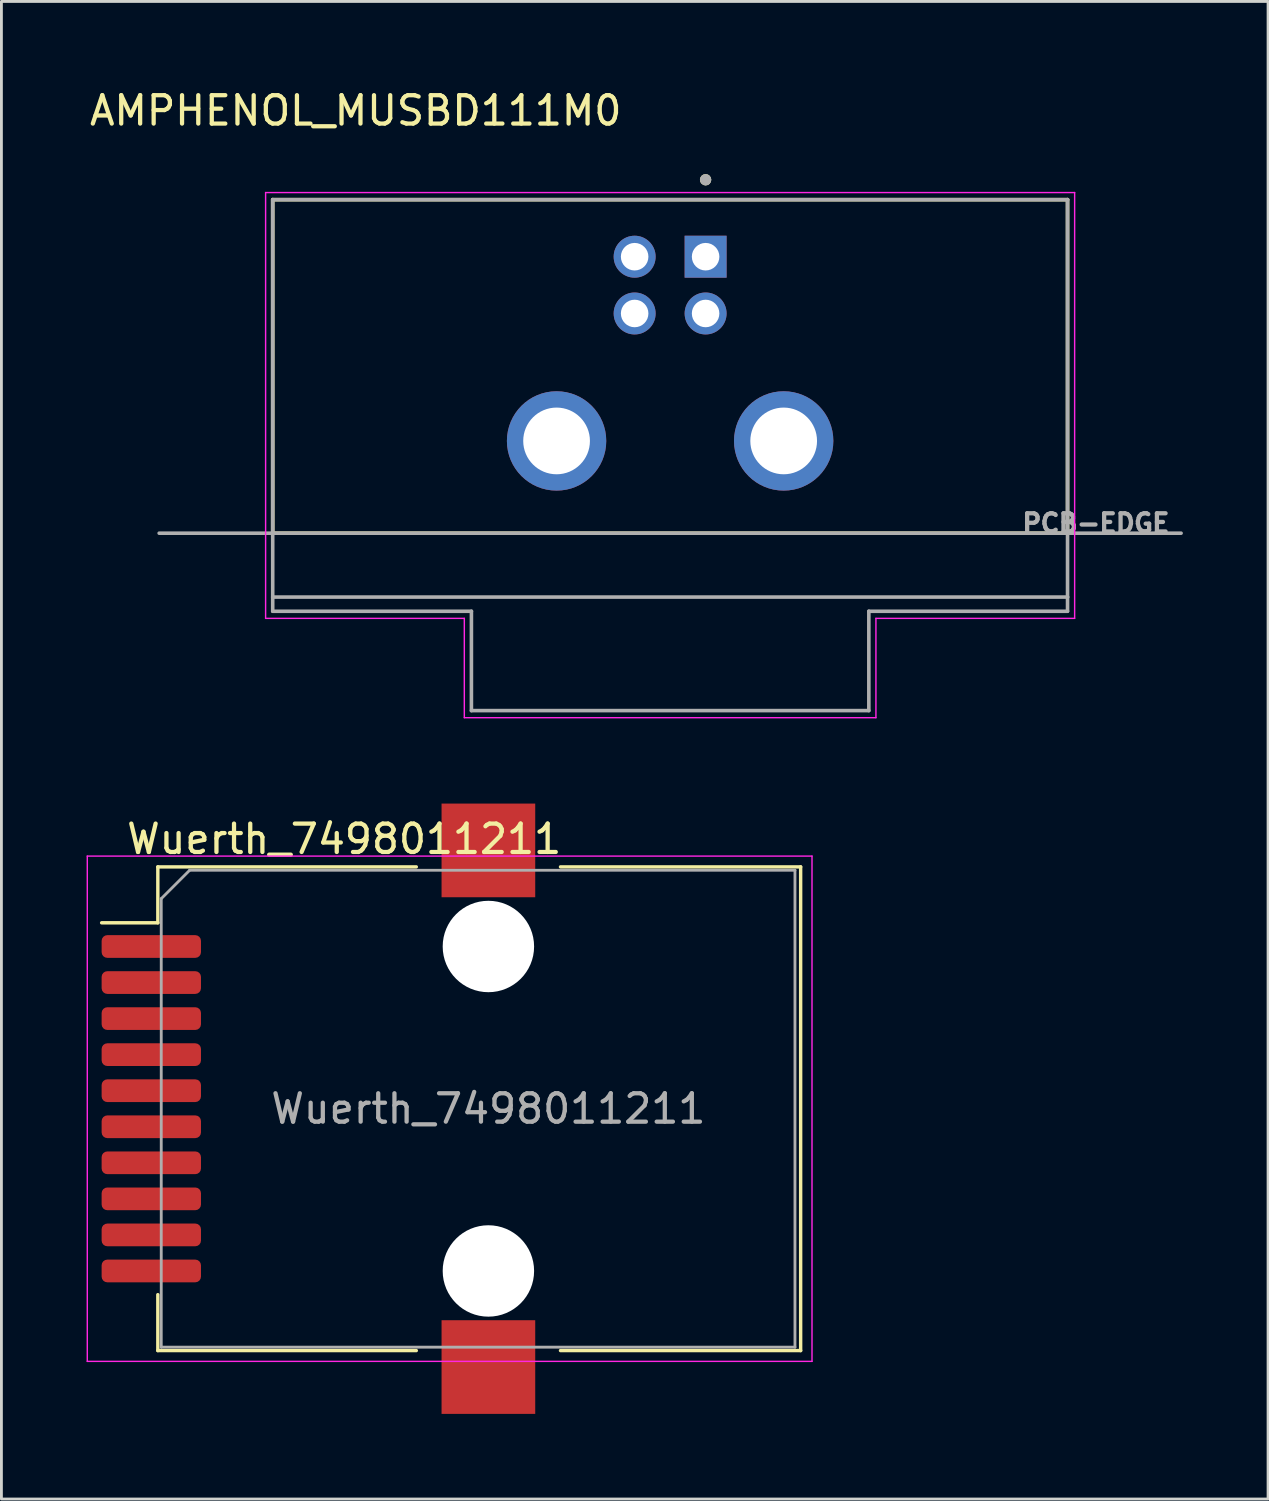
<source format=kicad_pcb>
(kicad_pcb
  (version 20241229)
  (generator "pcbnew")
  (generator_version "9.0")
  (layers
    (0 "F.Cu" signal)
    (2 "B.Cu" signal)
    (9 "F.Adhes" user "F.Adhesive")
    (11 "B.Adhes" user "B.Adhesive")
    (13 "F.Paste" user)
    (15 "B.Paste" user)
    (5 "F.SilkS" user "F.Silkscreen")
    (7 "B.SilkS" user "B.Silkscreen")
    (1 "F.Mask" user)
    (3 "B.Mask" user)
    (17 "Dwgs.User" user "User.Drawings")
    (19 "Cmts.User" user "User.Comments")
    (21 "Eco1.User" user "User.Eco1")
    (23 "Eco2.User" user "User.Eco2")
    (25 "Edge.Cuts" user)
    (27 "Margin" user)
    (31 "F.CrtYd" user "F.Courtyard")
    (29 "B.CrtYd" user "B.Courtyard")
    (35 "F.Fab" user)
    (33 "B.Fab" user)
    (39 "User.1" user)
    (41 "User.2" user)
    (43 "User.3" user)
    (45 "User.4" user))
  (footprint "Wuerth_7498011211"
    (layer "F.Cu")
    (at 14.155 36.008)
    (property "Reference" "Wuerth_7498011211" (at -5.08 -9.5 0) (layer "F.SilkS") (effects (font (size 1 1) (thickness 0.15))))
    (attr smd)
    (fp_line (start -11.645 -8.52) (end -2.54 -8.52) (stroke (width 0.12) (type solid)) (layer "F.SilkS"))
    (fp_line (start -11.645 -6.55) (end -13.625 -6.55) (stroke (width 0.12) (type solid)) (layer "F.SilkS"))
    (fp_line (start -11.645 -6.55) (end -11.645 -8.52) (stroke (width 0.12) (type solid)) (layer "F.SilkS"))
    (fp_line (start -11.645 6.55) (end -11.645 8.52) (stroke (width 0.12) (type solid)) (layer "F.SilkS"))
    (fp_line (start -11.645 8.52) (end -2.54 8.52) (stroke (width 0.12) (type solid)) (layer "F.SilkS"))
    (fp_line (start 2.54 -8.52) (end 11 -8.52) (stroke (width 0.12) (type solid)) (layer "F.SilkS"))
    (fp_line (start 2.54 8.52) (end 11 8.52) (stroke (width 0.12) (type solid)) (layer "F.SilkS"))
    (fp_line (start 11 -8.52) (end 11 8.52) (stroke (width 0.12) (type solid)) (layer "F.SilkS"))
    (fp_line (start -14.13 -8.9) (end -14.13 8.9) (stroke (width 0.05) (type solid)) (layer "F.CrtYd"))
    (fp_line (start 11.4 -8.9) (end -14.13 -8.9) (stroke (width 0.05) (type solid)) (layer "F.CrtYd"))
    (fp_line (start 11.4 -8.9) (end 11.4 8.9) (stroke (width 0.05) (type solid)) (layer "F.CrtYd"))
    (fp_line (start 11.4 8.9) (end -14.13 8.9) (stroke (width 0.05) (type solid)) (layer "F.CrtYd"))
    (fp_line (start -11.525 -7.4) (end -11.525 8.4) (stroke (width 0.1) (type solid)) (layer "F.Fab"))
    (fp_line (start -11.525 -7.4) (end -10.525 -8.4) (stroke (width 0.1) (type solid)) (layer "F.Fab"))
    (fp_line (start 10.8 -8.4) (end -10.525 -8.4) (stroke (width 0.1) (type solid)) (layer "F.Fab"))
    (fp_line (start 10.8 8.4) (end -11.525 8.4) (stroke (width 0.1) (type solid)) (layer "F.Fab"))
    (fp_line (start 10.8 8.4) (end 10.8 -8.4) (stroke (width 0.1) (type solid)) (layer "F.Fab"))
    (fp_text user "${REFERENCE}" (at 0 0 0) (layer "F.Fab") (effects (font (size 1 1) (thickness 0.15))))
    (pad "" np_thru_hole circle (at 0 -5.715) (size 3.22 3.22) (drill 3.22) (layers "*.Cu" "*.Mask"))
    (pad "" np_thru_hole circle (at 0 5.715) (size 3.22 3.22) (drill 3.22) (layers "*.Cu" "*.Mask"))
    (pad "1" smd roundrect (at -11.875 -5.715) (size 3.5 0.8) (layers "F.Cu" "F.Mask" "F.Paste") (roundrect_rratio 0.25))
    (pad "2" smd roundrect (at -11.875 -4.445) (size 3.5 0.8) (layers "F.Cu" "F.Mask" "F.Paste") (roundrect_rratio 0.25))
    (pad "3" smd roundrect (at -11.875 -3.175) (size 3.5 0.8) (layers "F.Cu" "F.Mask" "F.Paste") (roundrect_rratio 0.25))
    (pad "4" smd roundrect (at -11.875 -1.905) (size 3.5 0.8) (layers "F.Cu" "F.Mask" "F.Paste") (roundrect_rratio 0.25))
    (pad "5" smd roundrect (at -11.875 -0.635) (size 3.5 0.8) (layers "F.Cu" "F.Mask" "F.Paste") (roundrect_rratio 0.25))
    (pad "6" smd roundrect (at -11.875 0.635) (size 3.5 0.8) (layers "F.Cu" "F.Mask" "F.Paste") (roundrect_rratio 0.25))
    (pad "7" smd roundrect (at -11.875 1.905) (size 3.5 0.8) (layers "F.Cu" "F.Mask" "F.Paste") (roundrect_rratio 0.25))
    (pad "8" smd roundrect (at -11.875 3.175) (size 3.5 0.8) (layers "F.Cu" "F.Mask" "F.Paste") (roundrect_rratio 0.25))
    (pad "9" smd roundrect (at -11.875 4.445) (size 3.5 0.8) (layers "F.Cu" "F.Mask" "F.Paste") (roundrect_rratio 0.25))
    (pad "10" smd roundrect (at -11.875 5.715) (size 3.5 0.8) (layers "F.Cu" "F.Mask" "F.Paste") (roundrect_rratio 0.25))
    (pad "SH" smd rect (at 0 -9.1) (size 3.3 3.3) (layers "F.Cu" "F.Mask" "F.Paste"))
    (pad "SH" smd rect (at 0 9.1) (size 3.3 3.3) (layers "F.Cu" "F.Mask" "F.Paste")))
  (footprint "AMPHENOL_MUSBD111M0"
    (layer "F.Cu")
    (at 20.557 12.483)
    (property "Reference" "AMPHENOL_MUSBD111M0" (at -11.075 -11.635 0) (layer "F.SilkS") (effects (font (size 1 1) (thickness 0.15))))
    (attr through_hole)
    (fp_line (start -14 -8.5) (end 14 -8.5) (stroke (width 0.127) (type solid)) (layer "F.SilkS"))
    (fp_line (start -14 3.25) (end -14 -8.5) (stroke (width 0.127) (type solid)) (layer "F.SilkS"))
    (fp_line (start 14 -8.5) (end 14 3.25) (stroke (width 0.127) (type solid)) (layer "F.SilkS"))
    (fp_line (start 14 3.25) (end -14 3.25) (stroke (width 0.127) (type solid)) (layer "F.SilkS"))
    (fp_circle (center 1.25 -9.2) (end 1.35 -9.2) (stroke (width 0.2) (type solid)) (fill no) (layer "F.SilkS"))
    (fp_line (start -14.25 -8.75) (end 14.25 -8.75) (stroke (width 0.05) (type solid)) (layer "F.CrtYd"))
    (fp_line (start -14.25 6.25) (end -14.25 -8.75) (stroke (width 0.05) (type solid)) (layer "F.CrtYd"))
    (fp_line (start -7.25 6.25) (end -14.25 6.25) (stroke (width 0.05) (type solid)) (layer "F.CrtYd"))
    (fp_line (start -7.25 9.75) (end -7.25 6.25) (stroke (width 0.05) (type solid)) (layer "F.CrtYd"))
    (fp_line (start 7.25 6.25) (end 7.25 9.75) (stroke (width 0.05) (type solid)) (layer "F.CrtYd"))
    (fp_line (start 7.25 9.75) (end -7.25 9.75) (stroke (width 0.05) (type solid)) (layer "F.CrtYd"))
    (fp_line (start 14.25 -8.75) (end 14.25 6.25) (stroke (width 0.05) (type solid)) (layer "F.CrtYd"))
    (fp_line (start 14.25 6.25) (end 7.25 6.25) (stroke (width 0.05) (type solid)) (layer "F.CrtYd"))
    (fp_line (start -18 3.25) (end 18 3.25) (stroke (width 0.127) (type solid)) (layer "F.Fab"))
    (fp_line (start -14 -8.5) (end 14 -8.5) (stroke (width 0.127) (type solid)) (layer "F.Fab"))
    (fp_line (start -14 5.5) (end -14 -8.5) (stroke (width 0.127) (type solid)) (layer "F.Fab"))
    (fp_line (start -14 6) (end -14 5.5) (stroke (width 0.127) (type solid)) (layer "F.Fab"))
    (fp_line (start -7 6) (end -14 6) (stroke (width 0.127) (type solid)) (layer "F.Fab"))
    (fp_line (start -7 6) (end -7 9.5) (stroke (width 0.127) (type solid)) (layer "F.Fab"))
    (fp_line (start -7 9.5) (end 7 9.5) (stroke (width 0.127) (type solid)) (layer "F.Fab"))
    (fp_line (start 7 9.5) (end 7 6) (stroke (width 0.127) (type solid)) (layer "F.Fab"))
    (fp_line (start 14 -8.5) (end 14 5.5) (stroke (width 0.127) (type solid)) (layer "F.Fab"))
    (fp_line (start 14 5.5) (end -14 5.5) (stroke (width 0.127) (type solid)) (layer "F.Fab"))
    (fp_line (start 14 5.5) (end 14 6) (stroke (width 0.127) (type solid)) (layer "F.Fab"))
    (fp_line (start 14 6) (end 7 6) (stroke (width 0.127) (type solid)) (layer "F.Fab"))
    (fp_circle (center 1.25 -9.2) (end 1.35 -9.2) (stroke (width 0.2) (type solid)) (fill no) (layer "F.Fab"))
    (fp_text user "PCB-EDGE" (at 15 2.9 0) (layer "F.Fab") (effects (font (size 0.64 0.64) (thickness 0.15))))
    (pad "1" thru_hole rect (at 1.25 -6.49) (size 1.478 1.478) (drill 0.97) (layers "*.Cu" "*.Mask"))
    (pad "2" thru_hole circle (at -1.25 -6.49) (size 1.478 1.478) (drill 0.97) (layers "*.Cu" "*.Mask"))
    (pad "3" thru_hole circle (at -1.25 -4.49) (size 1.478 1.478) (drill 0.97) (layers "*.Cu" "*.Mask"))
    (pad "4" thru_hole circle (at 1.25 -4.49) (size 1.478 1.478) (drill 0.97) (layers "*.Cu" "*.Mask"))
    (pad "5" thru_hole circle (at -4 0) (size 3.5 3.5) (drill 2.35) (layers "*.Cu" "*.Mask"))
    (pad "5" thru_hole circle (at 4 0) (size 3.5 3.5) (drill 2.35) (layers "*.Cu" "*.Mask")))
  (gr_rect
    (start -3 -3)
    (end 41.621 49.758)
    (stroke (width 0.1) (type default))
    (fill no)
    (layer "Edge.Cuts")))
</source>
